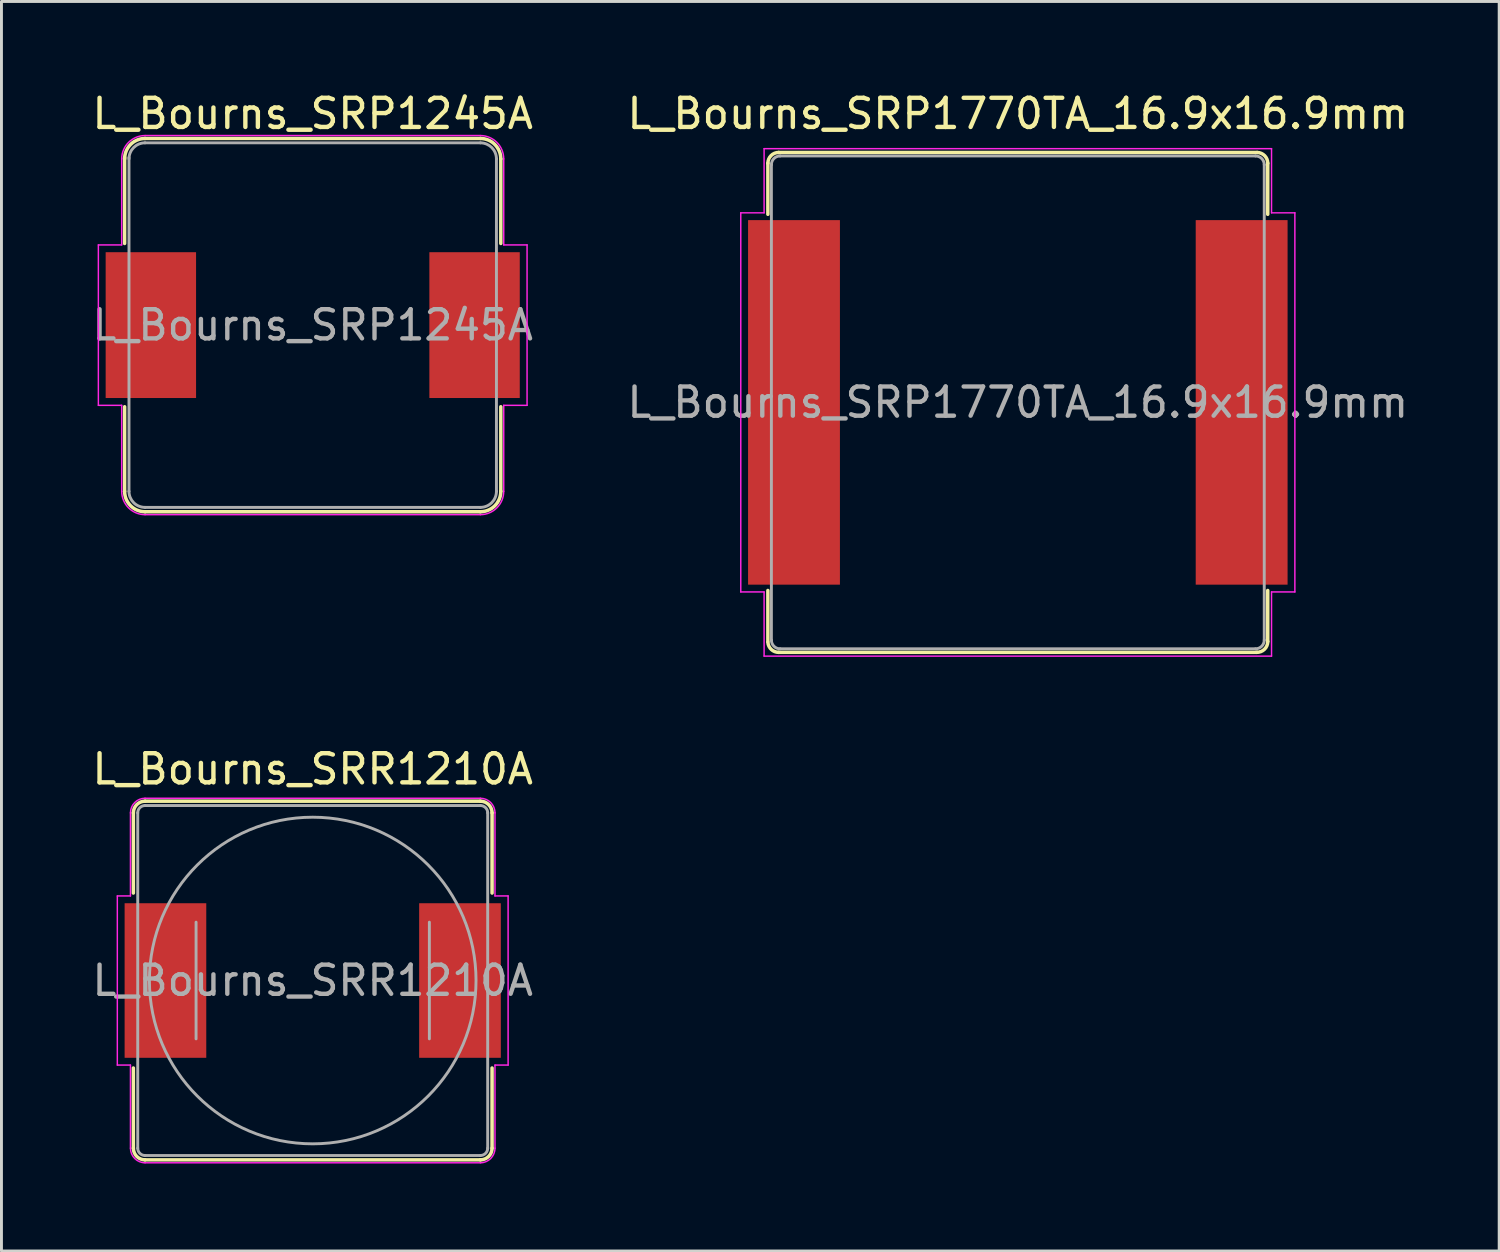
<source format=kicad_pcb>
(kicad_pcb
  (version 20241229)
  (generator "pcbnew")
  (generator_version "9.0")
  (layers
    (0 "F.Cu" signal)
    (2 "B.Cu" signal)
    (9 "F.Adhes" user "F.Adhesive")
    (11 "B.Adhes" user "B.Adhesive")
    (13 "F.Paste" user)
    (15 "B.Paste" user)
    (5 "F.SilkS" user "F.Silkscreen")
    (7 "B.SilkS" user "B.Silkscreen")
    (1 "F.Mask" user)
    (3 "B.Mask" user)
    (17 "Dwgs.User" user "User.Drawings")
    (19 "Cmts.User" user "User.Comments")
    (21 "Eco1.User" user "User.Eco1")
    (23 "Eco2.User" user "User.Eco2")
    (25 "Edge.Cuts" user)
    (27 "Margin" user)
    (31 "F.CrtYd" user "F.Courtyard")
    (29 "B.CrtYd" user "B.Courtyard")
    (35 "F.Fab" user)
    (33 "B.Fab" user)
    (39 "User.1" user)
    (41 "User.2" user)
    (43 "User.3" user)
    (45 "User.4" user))
  (footprint "L_Bourns_SRR1210A"
    (layer "F.Cu")
    (at 7.673 30.572)
    (property "Reference" "L_Bourns_SRR1210A" (at 0 -7.25 0) (layer "F.SilkS") (effects (font (size 1 1) (thickness 0.15))))
    (attr smd)
    (fp_line (start -6.15 -5.75) (end -6.15 -3) (stroke (width 0.12) (type solid)) (layer "F.SilkS"))
    (fp_line (start -6.15 3) (end -6.15 5.75) (stroke (width 0.12) (type solid)) (layer "F.SilkS"))
    (fp_line (start -5.75 -6.15) (end 5.75 -6.15) (stroke (width 0.12) (type solid)) (layer "F.SilkS"))
    (fp_line (start 5.75 6.15) (end -5.75 6.15) (stroke (width 0.12) (type solid)) (layer "F.SilkS"))
    (fp_line (start 6.15 -5.75) (end 6.15 -3) (stroke (width 0.12) (type solid)) (layer "F.SilkS"))
    (fp_line (start 6.15 3) (end 6.15 5.75) (stroke (width 0.12) (type solid)) (layer "F.SilkS"))
    (fp_arc (start -6.15 -5.75) (mid -6.032843 -6.032843) (end -5.75 -6.15) (stroke (width 0.12) (type solid)) (layer "F.SilkS"))
    (fp_arc (start -5.75 6.15) (mid -6.032843 6.032843) (end -6.15 5.75) (stroke (width 0.12) (type solid)) (layer "F.SilkS"))
    (fp_arc (start 5.75 -6.15) (mid 6.032843 -6.032843) (end 6.15 -5.75) (stroke (width 0.12) (type solid)) (layer "F.SilkS"))
    (fp_arc (start 6.15 5.75) (mid 6.032843 6.032843) (end 5.75 6.15) (stroke (width 0.12) (type solid)) (layer "F.SilkS"))
    (fp_line (start -6.7 -2.9) (end -6.7 2.9) (stroke (width 0.05) (type solid)) (layer "F.CrtYd"))
    (fp_line (start -6.7 -2.9) (end -6.25 -2.9) (stroke (width 0.05) (type solid)) (layer "F.CrtYd"))
    (fp_line (start -6.25 -5.75) (end -6.25 -2.9) (stroke (width 0.05) (type solid)) (layer "F.CrtYd"))
    (fp_line (start -6.25 2.9) (end -6.7 2.9) (stroke (width 0.05) (type solid)) (layer "F.CrtYd"))
    (fp_line (start -6.25 5.75) (end -6.25 2.9) (stroke (width 0.05) (type solid)) (layer "F.CrtYd"))
    (fp_line (start -5.75 -6.25) (end 5.75 -6.25) (stroke (width 0.05) (type solid)) (layer "F.CrtYd"))
    (fp_line (start 5.75 6.25) (end -5.75 6.25) (stroke (width 0.05) (type solid)) (layer "F.CrtYd"))
    (fp_line (start 6.25 -5.75) (end 6.25 -2.9) (stroke (width 0.05) (type solid)) (layer "F.CrtYd"))
    (fp_line (start 6.25 2.9) (end 6.25 5.75) (stroke (width 0.05) (type solid)) (layer "F.CrtYd"))
    (fp_line (start 6.7 -2.9) (end 6.25 -2.9) (stroke (width 0.05) (type solid)) (layer "F.CrtYd"))
    (fp_line (start 6.7 -2.9) (end 6.7 2.9) (stroke (width 0.05) (type solid)) (layer "F.CrtYd"))
    (fp_line (start 6.7 2.9) (end 6.25 2.9) (stroke (width 0.05) (type solid)) (layer "F.CrtYd"))
    (fp_arc (start -6.25 -5.75) (mid -6.103553 -6.103553) (end -5.75 -6.25) (stroke (width 0.05) (type solid)) (layer "F.CrtYd"))
    (fp_arc (start -5.75 6.25) (mid -6.103553 6.103553) (end -6.25 5.75) (stroke (width 0.05) (type solid)) (layer "F.CrtYd"))
    (fp_arc (start 5.75 -6.25) (mid 6.103553 -6.103553) (end 6.25 -5.75) (stroke (width 0.05) (type solid)) (layer "F.CrtYd"))
    (fp_arc (start 6.25 5.75) (mid 6.103553 6.103553) (end 5.75 6.25) (stroke (width 0.05) (type solid)) (layer "F.CrtYd"))
    (fp_line (start -6 -5.75) (end -6 5.75) (stroke (width 0.1) (type solid)) (layer "F.Fab"))
    (fp_line (start -5.75 -6) (end 5.75 -6) (stroke (width 0.1) (type solid)) (layer "F.Fab"))
    (fp_line (start -4 2) (end -4 -2) (stroke (width 0.1) (type solid)) (layer "F.Fab"))
    (fp_line (start 4 -2) (end 4 2) (stroke (width 0.1) (type solid)) (layer "F.Fab"))
    (fp_line (start 5.75 6) (end -5.75 6) (stroke (width 0.1) (type solid)) (layer "F.Fab"))
    (fp_line (start 6 -5.75) (end 6 5.75) (stroke (width 0.1) (type solid)) (layer "F.Fab"))
    (fp_arc (start -6 -5.75) (mid -5.926777 -5.926777) (end -5.75 -6) (stroke (width 0.1) (type solid)) (layer "F.Fab"))
    (fp_arc (start -5.75 6) (mid -5.926777 5.926777) (end -6 5.75) (stroke (width 0.1) (type solid)) (layer "F.Fab"))
    (fp_arc (start 5.75 -6) (mid 5.926777 -5.926777) (end 6 -5.75) (stroke (width 0.1) (type solid)) (layer "F.Fab"))
    (fp_arc (start 6 5.75) (mid 5.926777 5.926777) (end 5.75 6) (stroke (width 0.1) (type solid)) (layer "F.Fab"))
    (fp_circle (center 0 0) (end 0 -5.6) (stroke (width 0.1) (type solid)) (fill no) (layer "F.Fab"))
    (fp_text user "${REFERENCE}" (at 0 0 0) (layer "F.Fab") (effects (font (size 1 1) (thickness 0.15))))
    (pad "1" smd rect (at -5.05 0) (size 2.8 5.3) (layers "F.Cu" "F.Mask" "F.Paste"))
    (pad "2" smd rect (at 5.05 0) (size 2.8 5.3) (layers "F.Cu" "F.Mask" "F.Paste")))
  (footprint "L_Bourns_SRP1245A"
    (layer "F.Cu")
    (at 7.673 8.098)
    (property "Reference" "L_Bourns_SRP1245A" (at 0 -7.25 0) (layer "F.SilkS") (effects (font (size 1 1) (thickness 0.15))))
    (attr smd)
    (fp_line (start -6.45 -5.75) (end -6.45 -2.8) (stroke (width 0.12) (type solid)) (layer "F.SilkS"))
    (fp_line (start -6.45 2.8) (end -6.45 5.7) (stroke (width 0.12) (type solid)) (layer "F.SilkS"))
    (fp_line (start -5.75 -6.4) (end 5.75 -6.4) (stroke (width 0.12) (type solid)) (layer "F.SilkS"))
    (fp_line (start 5.75 6.4) (end -5.75 6.4) (stroke (width 0.12) (type solid)) (layer "F.SilkS"))
    (fp_line (start 6.45 -5.7) (end 6.45 -2.8) (stroke (width 0.12) (type solid)) (layer "F.SilkS"))
    (fp_line (start 6.45 2.8) (end 6.45 5.7) (stroke (width 0.12) (type solid)) (layer "F.SilkS"))
    (fp_arc (start -6.45 -5.7) (mid -6.244975 -6.194975) (end -5.75 -6.4) (stroke (width 0.12) (type solid)) (layer "F.SilkS"))
    (fp_arc (start -5.75 6.4) (mid -6.244975 6.194975) (end -6.45 5.7) (stroke (width 0.12) (type solid)) (layer "F.SilkS"))
    (fp_arc (start 5.75 -6.4) (mid 6.244975 -6.194975) (end 6.45 -5.7) (stroke (width 0.12) (type solid)) (layer "F.SilkS"))
    (fp_arc (start 6.45 5.7) (mid 6.244975 6.194975) (end 5.75 6.4) (stroke (width 0.12) (type solid)) (layer "F.SilkS"))
    (fp_line (start -7.35 -2.75) (end -6.55 -2.75) (stroke (width 0.05) (type solid)) (layer "F.CrtYd"))
    (fp_line (start -7.35 2.75) (end -7.35 -2.75) (stroke (width 0.05) (type solid)) (layer "F.CrtYd"))
    (fp_line (start -7.35 2.75) (end -6.55 2.75) (stroke (width 0.05) (type solid)) (layer "F.CrtYd"))
    (fp_line (start -6.55 -2.75) (end -6.55 -5.7) (stroke (width 0.05) (type solid)) (layer "F.CrtYd"))
    (fp_line (start -6.55 5.7) (end -6.55 2.75) (stroke (width 0.05) (type solid)) (layer "F.CrtYd"))
    (fp_line (start -5.75 -6.5) (end 5.75 -6.5) (stroke (width 0.05) (type solid)) (layer "F.CrtYd"))
    (fp_line (start 5.75 6.5) (end -5.75 6.5) (stroke (width 0.05) (type solid)) (layer "F.CrtYd"))
    (fp_line (start 6.55 -5.7) (end 6.55 -2.75) (stroke (width 0.05) (type solid)) (layer "F.CrtYd"))
    (fp_line (start 6.55 2.75) (end 6.55 5.7) (stroke (width 0.05) (type solid)) (layer "F.CrtYd"))
    (fp_line (start 7.35 -2.75) (end 6.55 -2.75) (stroke (width 0.05) (type solid)) (layer "F.CrtYd"))
    (fp_line (start 7.35 -2.75) (end 7.35 2.75) (stroke (width 0.05) (type solid)) (layer "F.CrtYd"))
    (fp_line (start 7.35 2.75) (end 6.55 2.75) (stroke (width 0.05) (type solid)) (layer "F.CrtYd"))
    (fp_arc (start -6.55 -5.7) (mid -6.315685 -6.265685) (end -5.75 -6.5) (stroke (width 0.05) (type solid)) (layer "F.CrtYd"))
    (fp_arc (start -5.75 6.5) (mid -6.315685 6.265685) (end -6.55 5.7) (stroke (width 0.05) (type solid)) (layer "F.CrtYd"))
    (fp_arc (start 5.75 -6.5) (mid 6.315685 -6.265685) (end 6.55 -5.7) (stroke (width 0.05) (type solid)) (layer "F.CrtYd"))
    (fp_arc (start 6.55 5.7) (mid 6.315685 6.265685) (end 5.75 6.5) (stroke (width 0.05) (type solid)) (layer "F.CrtYd"))
    (fp_line (start -6.3 -5.75) (end -6.3 5.7) (stroke (width 0.1) (type solid)) (layer "F.Fab"))
    (fp_line (start -5.75 -6.25) (end 5.75 -6.25) (stroke (width 0.1) (type solid)) (layer "F.Fab"))
    (fp_line (start 5.75 6.25) (end -5.75 6.25) (stroke (width 0.1) (type solid)) (layer "F.Fab"))
    (fp_line (start 6.3 -5.7) (end 6.3 5.7) (stroke (width 0.1) (type solid)) (layer "F.Fab"))
    (fp_arc (start -6.3 -5.7) (mid -6.138909 -6.088909) (end -5.75 -6.25) (stroke (width 0.1) (type solid)) (layer "F.Fab"))
    (fp_arc (start -5.75 6.25) (mid -6.138909 6.088909) (end -6.3 5.7) (stroke (width 0.1) (type solid)) (layer "F.Fab"))
    (fp_arc (start 5.75 -6.25) (mid 6.138909 -6.088909) (end 6.3 -5.7) (stroke (width 0.1) (type solid)) (layer "F.Fab"))
    (fp_arc (start 6.3 5.7) (mid 6.138909 6.088909) (end 5.75 6.25) (stroke (width 0.1) (type solid)) (layer "F.Fab"))
    (fp_text user "${REFERENCE}" (at 0 0 0) (layer "F.Fab") (effects (font (size 1 1) (thickness 0.15))))
    (pad "1" smd rect (at -5.55 0) (size 3.1 5) (layers "F.Cu" "F.Mask" "F.Paste"))
    (pad "2" smd rect (at 5.55 0) (size 3.1 5) (layers "F.Cu" "F.Mask" "F.Paste")))
  (footprint "L_Bourns_SRP1770TA_16.9x16.9mm"
    (layer "F.Cu")
    (at 31.851 10.748)
    (property "Reference" "L_Bourns_SRP1770TA_16.9x16.9mm" (at 0 -9.9 0) (layer "F.SilkS") (effects (font (size 1 1) (thickness 0.15))))
    (attr smd)
    (fp_line (start -8.57 -8.2) (end -8.57 -6.45) (stroke (width 0.12) (type solid)) (layer "F.SilkS"))
    (fp_line (start -8.57 6.45) (end -8.57 8.2) (stroke (width 0.12) (type solid)) (layer "F.SilkS"))
    (fp_line (start -8.2 -8.57) (end 8.2 -8.57) (stroke (width 0.12) (type solid)) (layer "F.SilkS"))
    (fp_line (start 8.2 8.57) (end -8.2 8.57) (stroke (width 0.12) (type solid)) (layer "F.SilkS"))
    (fp_line (start 8.57 -8.2) (end 8.57 -6.45) (stroke (width 0.12) (type solid)) (layer "F.SilkS"))
    (fp_line (start 8.57 6.45) (end 8.57 8.2) (stroke (width 0.12) (type solid)) (layer "F.SilkS"))
    (fp_arc (start -8.57 -8.2) (mid -8.46163 -8.46163) (end -8.2 -8.57) (stroke (width 0.12) (type solid)) (layer "F.SilkS"))
    (fp_arc (start -8.2 8.571214) (mid -8.451658 8.472888) (end -8.57 8.23) (stroke (width 0.12) (type solid)) (layer "F.SilkS"))
    (fp_arc (start 8.209248 -8.569884) (mid 8.464879 -8.458339) (end 8.57 -8.2) (stroke (width 0.12) (type solid)) (layer "F.SilkS"))
    (fp_arc (start 8.570135 8.2) (mid 8.458165 8.465237) (end 8.19 8.57) (stroke (width 0.12) (type solid)) (layer "F.SilkS"))
    (fp_line (start -9.5 -6.5) (end -9.5 6.5) (stroke (width 0.05) (type solid)) (layer "F.CrtYd"))
    (fp_line (start -9.5 -6.5) (end -8.7 -6.5) (stroke (width 0.05) (type solid)) (layer "F.CrtYd"))
    (fp_line (start -8.7 -8.7) (end -8.7 -6.5) (stroke (width 0.05) (type solid)) (layer "F.CrtYd"))
    (fp_line (start -8.7 -8.7) (end 8.7 -8.7) (stroke (width 0.05) (type solid)) (layer "F.CrtYd"))
    (fp_line (start -8.7 6.5) (end -9.5 6.5) (stroke (width 0.05) (type solid)) (layer "F.CrtYd"))
    (fp_line (start -8.7 8.7) (end -8.7 6.5) (stroke (width 0.05) (type solid)) (layer "F.CrtYd"))
    (fp_line (start 8.7 -8.7) (end 8.7 -6.5) (stroke (width 0.05) (type solid)) (layer "F.CrtYd"))
    (fp_line (start 8.7 6.5) (end 8.7 8.7) (stroke (width 0.05) (type solid)) (layer "F.CrtYd"))
    (fp_line (start 8.7 8.7) (end -8.7 8.7) (stroke (width 0.05) (type solid)) (layer "F.CrtYd"))
    (fp_line (start 9.5 -6.5) (end 8.7 -6.5) (stroke (width 0.05) (type solid)) (layer "F.CrtYd"))
    (fp_line (start 9.5 -6.5) (end 9.5 6.5) (stroke (width 0.05) (type solid)) (layer "F.CrtYd"))
    (fp_line (start 9.5 6.5) (end 8.7 6.5) (stroke (width 0.05) (type solid)) (layer "F.CrtYd"))
    (fp_line (start -8.45 -8.15) (end -8.45 8.15) (stroke (width 0.1) (type solid)) (layer "F.Fab"))
    (fp_line (start -8.15 -8.45) (end 8.15 -8.45) (stroke (width 0.1) (type solid)) (layer "F.Fab"))
    (fp_line (start 8.15 8.45) (end -8.15 8.45) (stroke (width 0.1) (type solid)) (layer "F.Fab"))
    (fp_line (start 8.45 -8.15) (end 8.45 8.15) (stroke (width 0.1) (type solid)) (layer "F.Fab"))
    (fp_arc (start -8.45 -8.15) (mid -8.362132 -8.362132) (end -8.15 -8.45) (stroke (width 0.1) (type solid)) (layer "F.Fab"))
    (fp_arc (start -8.15 8.45) (mid -8.362132 8.362132) (end -8.45 8.15) (stroke (width 0.1) (type solid)) (layer "F.Fab"))
    (fp_arc (start 8.15 -8.45) (mid 8.362132 -8.362132) (end 8.45 -8.15) (stroke (width 0.1) (type solid)) (layer "F.Fab"))
    (fp_arc (start 8.45 8.15) (mid 8.362132 8.362132) (end 8.15 8.45) (stroke (width 0.1) (type solid)) (layer "F.Fab"))
    (fp_text user "${REFERENCE}" (at 0 0 0) (layer "F.Fab") (effects (font (size 1 1) (thickness 0.15))))
    (pad "1" smd rect (at -7.675 0) (size 3.15 12.5) (layers "F.Cu" "F.Mask" "F.Paste"))
    (pad "2" smd rect (at 7.675 0) (size 3.15 12.5) (layers "F.Cu" "F.Mask" "F.Paste")))
  (gr_rect
    (start -3 -3)
    (end 48.357 39.846)
    (stroke (width 0.1) (type default))
    (fill no)
    (layer "Edge.Cuts")))
</source>
